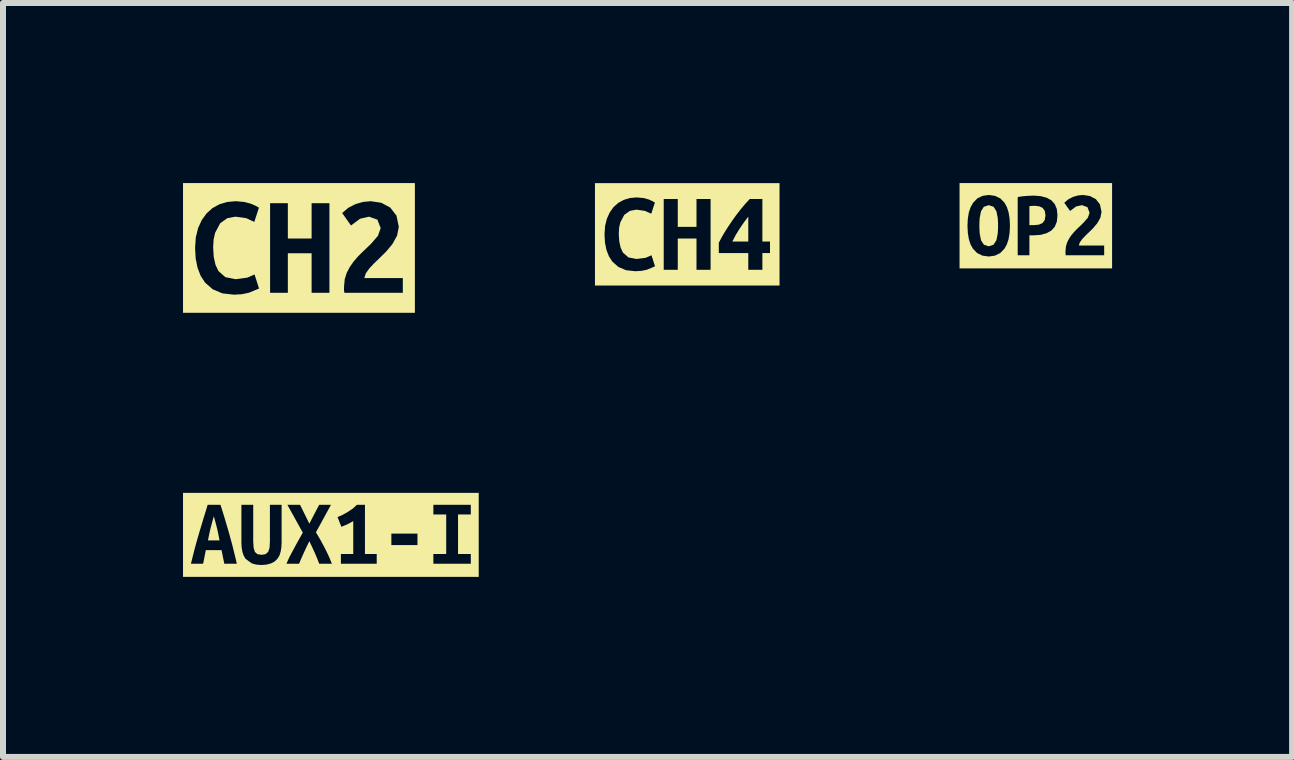
<source format=kicad_pcb>
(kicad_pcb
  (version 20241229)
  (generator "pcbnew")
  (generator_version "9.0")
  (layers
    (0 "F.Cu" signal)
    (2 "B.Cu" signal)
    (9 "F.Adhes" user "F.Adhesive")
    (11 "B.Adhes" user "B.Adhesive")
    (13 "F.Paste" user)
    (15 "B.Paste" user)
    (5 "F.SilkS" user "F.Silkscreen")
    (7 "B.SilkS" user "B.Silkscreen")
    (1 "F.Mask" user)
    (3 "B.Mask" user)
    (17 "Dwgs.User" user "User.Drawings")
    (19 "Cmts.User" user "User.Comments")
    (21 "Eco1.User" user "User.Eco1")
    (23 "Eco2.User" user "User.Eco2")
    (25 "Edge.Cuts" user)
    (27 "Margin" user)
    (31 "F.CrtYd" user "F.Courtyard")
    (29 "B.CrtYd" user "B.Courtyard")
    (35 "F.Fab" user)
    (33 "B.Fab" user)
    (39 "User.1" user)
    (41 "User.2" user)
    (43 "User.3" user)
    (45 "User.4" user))
  (footprint "kibuzzard-625BD92B"
    (layer "F.Cu")
    (at 1.932 1.082)
    (property "Reference" "kibuzzard-625BD92B" (at 0 -1.082 0) (layer "F.SilkS") (effects (font (size 0.001 0.001) (thickness 0.000003))))
    (attr board_only exclude_from_pos_files exclude_from_bom)
    (fp_poly (pts (xy -1.731 -1.081) (xy -1.62 -0.464) (xy -1.539 -0.576) (xy -1.441 -0.664) (xy -1.325 -0.728) (xy -1.195 -0.766) (xy -1.053 -0.779) (xy -0.91 -0.766) (xy -0.797 -0.736) (xy -0.717 -0.7) (xy -0.667 -0.671) (xy -0.744 -0.434) (xy -0.878 -0.496) (xy -1.058 -0.521) (xy -1.194 -0.496) (xy -1.313 -0.411) (xy -1.397 -0.253) (xy -1.422 -0.142) (xy -1.43 -0.007) (xy -1.42 0.15) (xy -1.391 0.281) (xy -1.342 0.385) (xy -1.226 0.487) (xy -1.053 0.521) (xy -0.861 0.495) (xy -0.74 0.442) (xy -0.481 0.748) (xy -0.481 -0.746) (xy -0.185 -0.746) (xy -0.185 -0.157) (xy 0.211 -0.157) (xy 0.211 -0.746) (xy 0.508 -0.746) (xy 0.508 0.748) (xy 0.211 0.748) (xy 0.211 0.089) (xy -0.185 0.089) (xy -0.185 0.748) (xy -0.481 0.748) (xy -0.74 0.442) (xy -0.665 0.676) (xy -0.835 0.747) (xy -0.95 0.771) (xy -1.082 0.779) (xy -1.276 0.757) (xy -1.437 0.689) (xy -1.565 0.577) (xy -1.638 0.465) (xy -1.69 0.331) (xy -1.721 0.176) (xy -1.731 0) (xy -1.719 -0.176) (xy -1.681 -0.331) (xy -1.62 -0.464) (xy -1.731 -1.081) (xy -1.932 -1.081) (xy -1.932 1.081) (xy -1.731 1.081) (xy 1.731 1.081) (xy 1.731 0.748) (xy 0.756 0.748) (xy 0.75 0.688) (xy 0.752 0.637) (xy 0.763 0.521) (xy 0.796 0.415) (xy 0.847 0.318) (xy 0.91 0.228) (xy 0.981 0.145) (xy 1.057 0.069) (xy 1.133 -0.003) (xy 1.204 -0.072) (xy 1.317 -0.203) (xy 1.362 -0.331) (xy 1.307 -0.472) (xy 1.167 -0.521) (xy 1.019 -0.487) (xy 0.867 -0.374) (xy 0.72 -0.582) (xy 0.824 -0.67) (xy 0.943 -0.731) (xy 1.07 -0.767) (xy 1.196 -0.779) (xy 1.372 -0.753) (xy 1.521 -0.673) (xy 1.625 -0.539) (xy 1.664 -0.352) (xy 1.635 -0.204) (xy 1.558 -0.065) (xy 1.449 0.065) (xy 1.326 0.186) (xy 1.254 0.255) (xy 1.176 0.337) (xy 1.115 0.422) (xy 1.089 0.502) (xy 1.731 0.502) (xy 1.731 0.748) (xy 1.731 1.081) (xy 1.932 1.081) (xy 1.932 -1.081) (xy 1.731 -1.081) (xy -1.731 -1.081)) (stroke (width 0) (type solid)) (fill yes) (layer "F.SilkS")))
  (footprint "kibuzzard-625BDEC7"
    (layer "F.Cu")
    (at 2.464 5.864)
    (property "Reference" "kibuzzard-625BDEC7" (at 0 -0.701 0) (layer "F.SilkS") (effects (font (size 0.001 0.001) (thickness 0.000003))))
    (attr board_only exclude_from_pos_files exclude_from_bom)
    (fp_poly (pts (xy -1.951 -0.311) (xy -1.98 -0.206) (xy -2.006 -0.107) (xy -2.028 -0.01) (xy -2.048 0.092) (xy -1.856 0.092) (xy -1.875 -0.01) (xy -1.896 -0.107) (xy -1.922 -0.206) (xy -1.951 -0.311)) (stroke (width 0) (type solid)) (fill yes) (layer "F.SilkS"))
    (fp_poly (pts (xy -2.332 -0.7) (xy -2.121 -0.281) (xy -2.086 -0.393) (xy -2.053 -0.502) (xy -1.84 -0.502) (xy -1.805 -0.392) (xy -1.77 -0.279) (xy -1.736 -0.163) (xy -1.701 -0.044) (xy -1.674 0.055) (xy -1.646 0.156) (xy -1.62 0.261) (xy -1.593 0.37) (xy -1.567 0.481) (xy -1.776 0.481) (xy -1.822 0.254) (xy -2.084 0.254) (xy -2.129 0.481) (xy -2.332 0.481) (xy -2.304 0.367) (xy -2.276 0.257) (xy -2.248 0.151) (xy -2.219 0.049) (xy -2.191 -0.048) (xy -2.155 -0.166) (xy -2.121 -0.281) (xy -2.332 -0.7) (xy -2.464 -0.7) (xy -2.464 0.7) (xy -1.159 0.502) (xy -1.246 0.495) (xy -1.318 0.475) (xy -1.421 0.4) (xy -1.453 0.346) (xy -1.475 0.281) (xy -1.487 0.207) (xy -1.491 0.125) (xy -1.491 -0.502) (xy -1.294 -0.502) (xy -1.294 0.113) (xy -1.287 0.217) (xy -1.266 0.284) (xy -1.224 0.321) (xy -1.156 0.332) (xy -1.087 0.321) (xy -1.045 0.283) (xy -1.022 0.215) (xy -1.016 0.111) (xy -1.016 -0.502) (xy -0.821 -0.502) (xy -0.821 0.125) (xy -0.825 0.207) (xy -0.837 0.281) (xy -0.858 0.346) (xy -0.892 0.4) (xy -0.938 0.444) (xy -0.997 0.475) (xy -1.07 0.495) (xy -1.159 0.502) (xy -2.464 0.7) (xy -2.332 0.7) (xy -0.194 0.481) (xy -0.227 0.396) (xy -0.267 0.302) (xy -0.312 0.203) (xy -0.359 0.105) (xy -0.405 0.2) (xy -0.451 0.299) (xy -0.494 0.395) (xy -0.53 0.481) (xy -0.741 0.481) (xy -0.695 0.378) (xy -0.662 0.315) (xy -0.626 0.248) (xy -0.588 0.177) (xy -0.548 0.104) (xy -0.507 0.032) (xy -0.468 -0.038) (xy -0.725 -0.502) (xy -0.514 -0.502) (xy -0.359 -0.187) (xy -0.195 -0.502) (xy 0.002 -0.502) (xy -0.249 -0.043) (xy -0.207 0.027) (xy -0.165 0.1) (xy -0.125 0.174) (xy -0.088 0.245) (xy -0.055 0.314) (xy -0.025 0.377) (xy 0.017 0.481) (xy -0.194 0.481) (xy -2.332 0.7) (xy 2.332 0.7) (xy 0.764 0.319) (xy 0.764 0.481) (xy 0.167 0.481) (xy 0.167 0.319) (xy 0.373 0.319) (xy 0.373 -0.23) (xy 0.271 -0.174) (xy 0.175 -0.135) (xy 0.111 -0.297) (xy 0.194 -0.333) (xy 0.283 -0.383) (xy 0.367 -0.44) (xy 0.435 -0.502) (xy 0.568 -0.502) (xy 1.008 -0.022) (xy 1.443 -0.022) (xy 1.443 0.17) (xy 1.008 0.17) (xy 1.008 -0.022) (xy 0.568 -0.502) (xy 0.568 0.319) (xy 0.764 0.319) (xy 2.332 0.7) (xy 2.464 0.7) (xy 1.708 0.481) (xy 1.708 0.319) (xy 1.922 0.319) (xy 1.922 -0.34) (xy 1.708 -0.34) (xy 1.708 -0.502) (xy 2.332 -0.502) (xy 2.332 -0.34) (xy 2.119 -0.34) (xy 2.119 0.319) (xy 2.332 0.319) (xy 2.332 0.481) (xy 1.708 0.481) (xy 2.464 0.7) (xy 2.464 -0.7) (xy 2.332 -0.7) (xy -2.332 -0.7)) (stroke (width 0) (type solid)) (fill yes) (layer "F.SilkS")))
  (footprint "kibuzzard-625BD597"
    (layer "F.Cu")
    (at 14.212 0.712)
    (property "Reference" "kibuzzard-625BD597" (at 0 -0.712 0) (layer "F.SilkS") (effects (font (size 0.001 0.001) (thickness 0.000003))))
    (attr board_only exclude_from_pos_files exclude_from_bom)
    (fp_poly (pts (xy -0.01 -0.332) (xy -0.059 -0.331) (xy -0.107 -0.327) (xy -0.107 -0.01) (xy -0.028 -0.01) (xy 0.054 -0.019) (xy 0.114 -0.047) (xy 0.149 -0.097) (xy 0.161 -0.175) (xy 0.149 -0.248) (xy 0.114 -0.296) (xy 0.06 -0.323) (xy -0.01 -0.332)) (stroke (width 0) (type solid)) (fill yes) (layer "F.SilkS"))
    (fp_poly (pts (xy -0.941 0) (xy -0.939 0.069) (xy -0.935 0.134) (xy -0.913 0.243) (xy -0.866 0.316) (xy -0.785 0.343) (xy -0.705 0.316) (xy -0.657 0.242) (xy -0.635 0.133) (xy -0.631 0.069) (xy -0.629 0) (xy -0.631 -0.069) (xy -0.635 -0.134) (xy -0.657 -0.243) (xy -0.704 -0.316) (xy -0.785 -0.343) (xy -0.866 -0.316) (xy -0.913 -0.242) (xy -0.935 -0.133) (xy -0.939 -0.069) (xy -0.941 0)) (stroke (width 0) (type solid)) (fill yes) (layer "F.SilkS"))
    (fp_poly (pts (xy -1.139 -0.711) (xy -1.139 0) (xy -1.133 -0.119) (xy -1.116 -0.223) (xy -1.086 -0.311) (xy -1.045 -0.383) (xy -0.975 -0.455) (xy -0.888 -0.498) (xy -0.785 -0.513) (xy -0.679 -0.498) (xy -0.591 -0.455) (xy -0.521 -0.383) (xy -0.482 -0.311) (xy -0.454 -0.223) (xy -0.437 -0.119) (xy -0.302 0.492) (xy -0.302 -0.478) (xy -0.238 -0.489) (xy -0.166 -0.496) (xy -0.094 -0.5) (xy -0.033 -0.502) (xy 0.083 -0.493) (xy 0.18 -0.467) (xy 0.258 -0.425) (xy 0.315 -0.362) (xy 0.35 -0.279) (xy 0.361 -0.173) (xy 0.35 -0.066) (xy 0.315 0.019) (xy 0.257 0.082) (xy 0.178 0.125) (xy 0.08 0.152) (xy -0.037 0.16) (xy -0.107 0.16) (xy -0.107 0.492) (xy -0.302 0.492) (xy -0.437 -0.119) (xy -0.431 0) (xy -0.437 0.119) (xy -0.454 0.223) (xy -0.483 0.311) (xy -0.523 0.383) (xy -0.593 0.455) (xy -0.68 0.498) (xy -0.783 0.513) (xy -0.89 0.498) (xy -0.978 0.455) (xy -1.048 0.383) (xy -1.088 0.311) (xy -1.116 0.223) (xy -1.133 0.119) (xy -1.139 0) (xy -1.139 -0.711) (xy -1.271 -0.711) (xy -1.271 0.711) (xy -1.139 0.711) (xy 1.139 0.711) (xy 1.139 0.492) (xy 0.498 0.492) (xy 0.494 0.452) (xy 0.495 0.419) (xy 0.502 0.343) (xy 0.524 0.273) (xy 0.557 0.209) (xy 0.598 0.15) (xy 0.645 0.096) (xy 0.695 0.045) (xy 0.745 -0.002) (xy 0.792 -0.048) (xy 0.867 -0.133) (xy 0.896 -0.217) (xy 0.86 -0.31) (xy 0.768 -0.343) (xy 0.671 -0.321) (xy 0.571 -0.246) (xy 0.474 -0.383) (xy 0.542 -0.441) (xy 0.621 -0.481) (xy 0.704 -0.505) (xy 0.787 -0.513) (xy 0.902 -0.495) (xy 1.001 -0.443) (xy 1.069 -0.355) (xy 1.095 -0.232) (xy 1.076 -0.134) (xy 1.025 -0.043) (xy 0.953 0.043) (xy 0.872 0.122) (xy 0.825 0.167) (xy 0.774 0.221) (xy 0.733 0.278) (xy 0.717 0.33) (xy 1.139 0.33) (xy 1.139 0.492) (xy 1.139 0.711) (xy 1.271 0.711) (xy 1.271 -0.711) (xy 1.139 -0.711) (xy -1.139 -0.711)) (stroke (width 0) (type solid)) (fill yes) (layer "F.SilkS")))
  (footprint "kibuzzard-625BD538"
    (layer "F.Cu")
    (at 8.403 0.855)
    (property "Reference" "kibuzzard-625BD538" (at 0 -0.854 0) (layer "F.SilkS") (effects (font (size 0.001 0.001) (thickness 0.000003))))
    (attr board_only exclude_from_pos_files exclude_from_bom)
    (fp_poly (pts (xy 1.017 -0.295) (xy 0.947 -0.202) (xy 0.875 -0.098) (xy 0.808 0.011) (xy 0.751 0.12) (xy 1.017 0.12) (xy 1.017 -0.295)) (stroke (width 0) (type solid)) (fill yes) (layer "F.SilkS"))
    (fp_poly (pts (xy -1.379 -0.853) (xy -1.291 -0.366) (xy -1.228 -0.454) (xy -1.15 -0.524) (xy -1.058 -0.574) (xy -0.956 -0.605) (xy -0.844 -0.615) (xy -0.731 -0.605) (xy -0.642 -0.581) (xy -0.578 -0.552) (xy -0.539 -0.53) (xy -0.6 -0.343) (xy -0.706 -0.391) (xy -0.848 -0.411) (xy -0.955 -0.391) (xy -1.049 -0.325) (xy -1.115 -0.2) (xy -1.135 -0.112) (xy -1.141 -0.006) (xy -1.133 0.118) (xy -1.11 0.222) (xy -1.072 0.304) (xy -0.98 0.385) (xy -0.844 0.411) (xy -0.692 0.391) (xy -0.596 0.349) (xy -0.392 0.591) (xy -0.392 -0.589) (xy -0.158 -0.589) (xy -0.158 -0.124) (xy 0.154 -0.124) (xy 0.154 -0.589) (xy 0.389 -0.589) (xy 0.389 0.591) (xy 0.154 0.591) (xy 0.154 0.07) (xy -0.158 0.07) (xy -0.158 0.591) (xy -0.392 0.591) (xy -0.596 0.349) (xy -0.537 0.533) (xy -0.672 0.59) (xy -0.763 0.609) (xy -0.867 0.615) (xy -1.02 0.598) (xy -1.147 0.544) (xy -1.248 0.455) (xy -1.305 0.367) (xy -1.346 0.261) (xy -1.371 0.139) (xy -1.379 0) (xy -1.369 -0.139) (xy -1.339 -0.261) (xy -1.291 -0.366) (xy -1.379 -0.853) (xy -1.538 -0.853) (xy -1.538 0.853) (xy -1.379 0.853) (xy 1.379 0.853) (xy 1.379 0.312) (xy 1.252 0.312) (xy 1.252 0.591) (xy 1.017 0.591) (xy 1.017 0.312) (xy 0.526 0.312) (xy 0.526 0.141) (xy 0.567 0.062) (xy 0.619 -0.028) (xy 0.679 -0.123) (xy 0.745 -0.221) (xy 0.815 -0.319) (xy 0.89 -0.416) (xy 0.966 -0.507) (xy 1.042 -0.589) (xy 1.252 -0.589) (xy 1.252 0.12) (xy 1.379 0.12) (xy 1.379 0.312) (xy 1.379 0.853) (xy 1.538 0.853) (xy 1.538 -0.853) (xy 1.379 -0.853) (xy -1.379 -0.853)) (stroke (width 0) (type solid)) (fill yes) (layer "F.SilkS")))
  (gr_rect
    (start -3 -3)
    (end 18.483 9.564)
    (stroke (width 0.1) (type default))
    (fill no)
    (layer "Edge.Cuts")))
</source>
